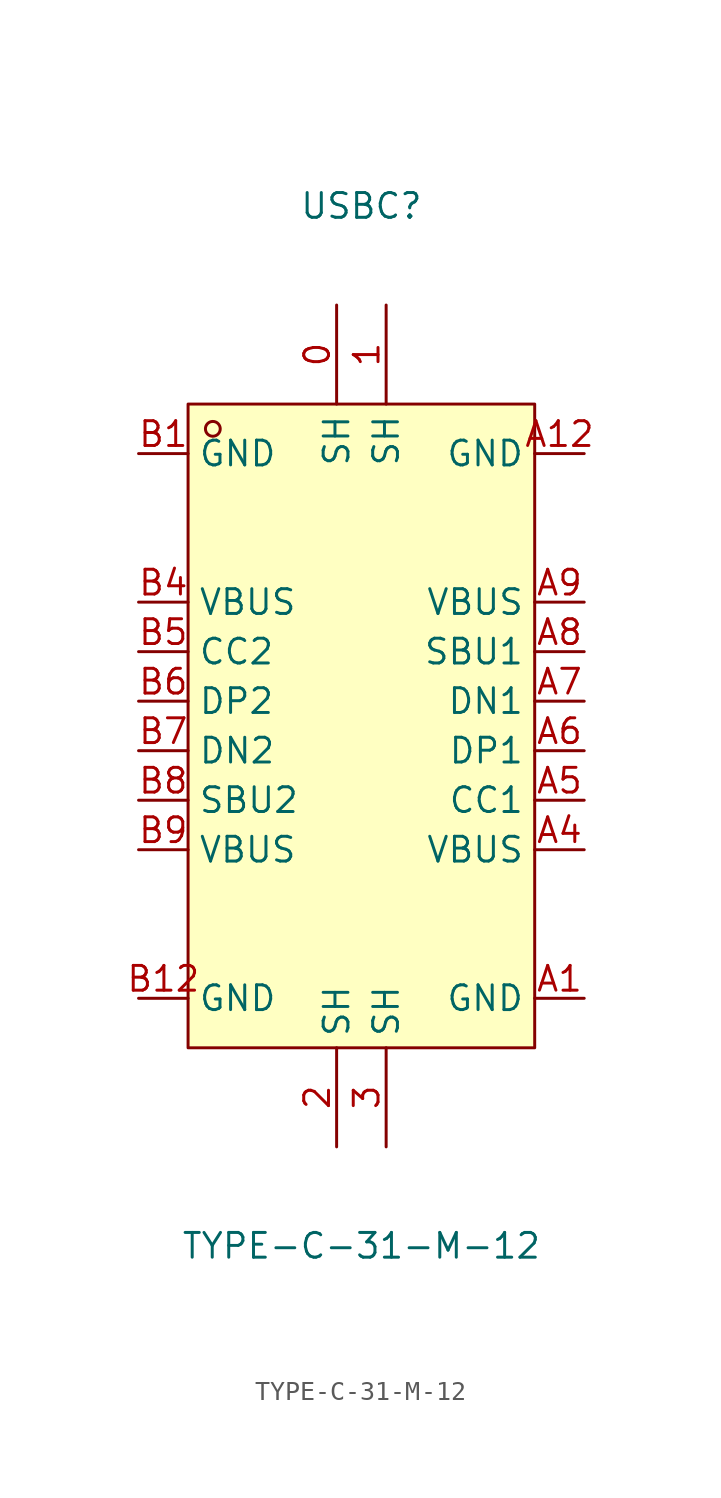
<source format=kicad_sym>
(kicad_symbol_lib
  (version 20241209)
  (generator "kicad_symbol_editor")
  (generator_version "9.0")
  (symbol "TYPE-C-31-M-12"
    (property "Reference" "USBC"
      (at 0 26.67 0)
      (effects (font (size 1.27 1.27))))
    (property "Value" "TYPE-C-31-M-12"
      (at 0 -26.67 0)
      (effects (font (size 1.27 1.27))))
    (symbol "TYPE-C-31-M-12_0_1"
      (rectangle (start -8.89 16.51) (end 8.89 -16.51) (stroke (width 0) (type default)) (fill (type background)))
      (circle (center -7.62 15.24) (radius 0.38) (stroke (width 0) (type default)) (fill (type none)))
      (pin unspecified line (at -11.43 13.97 0) (length 2.54) (name "GND" (effects (font (size 1.27 1.27)))) (number "B1" (effects (font (size 1.27 1.27)))))
      (pin unspecified line (at -11.43 6.35 0) (length 2.54) (name "VBUS" (effects (font (size 1.27 1.27)))) (number "B4" (effects (font (size 1.27 1.27)))))
      (pin unspecified line (at -11.43 3.81 0) (length 2.54) (name "CC2" (effects (font (size 1.27 1.27)))) (number "B5" (effects (font (size 1.27 1.27)))))
      (pin unspecified line (at -11.43 1.27 0) (length 2.54) (name "DP2" (effects (font (size 1.27 1.27)))) (number "B6" (effects (font (size 1.27 1.27)))))
      (pin unspecified line (at -11.43 -1.27 0) (length 2.54) (name "DN2" (effects (font (size 1.27 1.27)))) (number "B7" (effects (font (size 1.27 1.27)))))
      (pin unspecified line (at -11.43 -3.81 0) (length 2.54) (name "SBU2" (effects (font (size 1.27 1.27)))) (number "B8" (effects (font (size 1.27 1.27)))))
      (pin unspecified line (at -11.43 -6.35 0) (length 2.54) (name "VBUS" (effects (font (size 1.27 1.27)))) (number "B9" (effects (font (size 1.27 1.27)))))
      (pin unspecified line (at -11.43 -13.97 0) (length 2.54) (name "GND" (effects (font (size 1.27 1.27)))) (number "B12" (effects (font (size 1.27 1.27)))))
      (pin unspecified line (at -1.27 21.59 270) (length 5.08) (name "SH" (effects (font (size 1.27 1.27)))) (number "0" (effects (font (size 1.27 1.27)))))
      (pin unspecified line (at -1.27 -21.59 90) (length 5.08) (name "SH" (effects (font (size 1.27 1.27)))) (number "2" (effects (font (size 1.27 1.27)))))
      (pin unspecified line (at 1.27 21.59 270) (length 5.08) (name "SH" (effects (font (size 1.27 1.27)))) (number "1" (effects (font (size 1.27 1.27)))))
      (pin unspecified line (at 1.27 -21.59 90) (length 5.08) (name "SH" (effects (font (size 1.27 1.27)))) (number "3" (effects (font (size 1.27 1.27)))))
      (pin unspecified line (at 11.43 13.97 180) (length 2.54) (name "GND" (effects (font (size 1.27 1.27)))) (number "A12" (effects (font (size 1.27 1.27)))))
      (pin unspecified line (at 11.43 6.35 180) (length 2.54) (name "VBUS" (effects (font (size 1.27 1.27)))) (number "A9" (effects (font (size 1.27 1.27)))))
      (pin unspecified line (at 11.43 3.81 180) (length 2.54) (name "SBU1" (effects (font (size 1.27 1.27)))) (number "A8" (effects (font (size 1.27 1.27)))))
      (pin unspecified line (at 11.43 1.27 180) (length 2.54) (name "DN1" (effects (font (size 1.27 1.27)))) (number "A7" (effects (font (size 1.27 1.27)))))
      (pin unspecified line (at 11.43 -1.27 180) (length 2.54) (name "DP1" (effects (font (size 1.27 1.27)))) (number "A6" (effects (font (size 1.27 1.27)))))
      (pin unspecified line (at 11.43 -3.81 180) (length 2.54) (name "CC1" (effects (font (size 1.27 1.27)))) (number "A5" (effects (font (size 1.27 1.27)))))
      (pin unspecified line (at 11.43 -6.35 180) (length 2.54) (name "VBUS" (effects (font (size 1.27 1.27)))) (number "A4" (effects (font (size 1.27 1.27)))))
      (pin unspecified line (at 11.43 -13.97 180) (length 2.54) (name "GND" (effects (font (size 1.27 1.27)))) (number "A1" (effects (font (size 1.27 1.27))))))))
</source>
